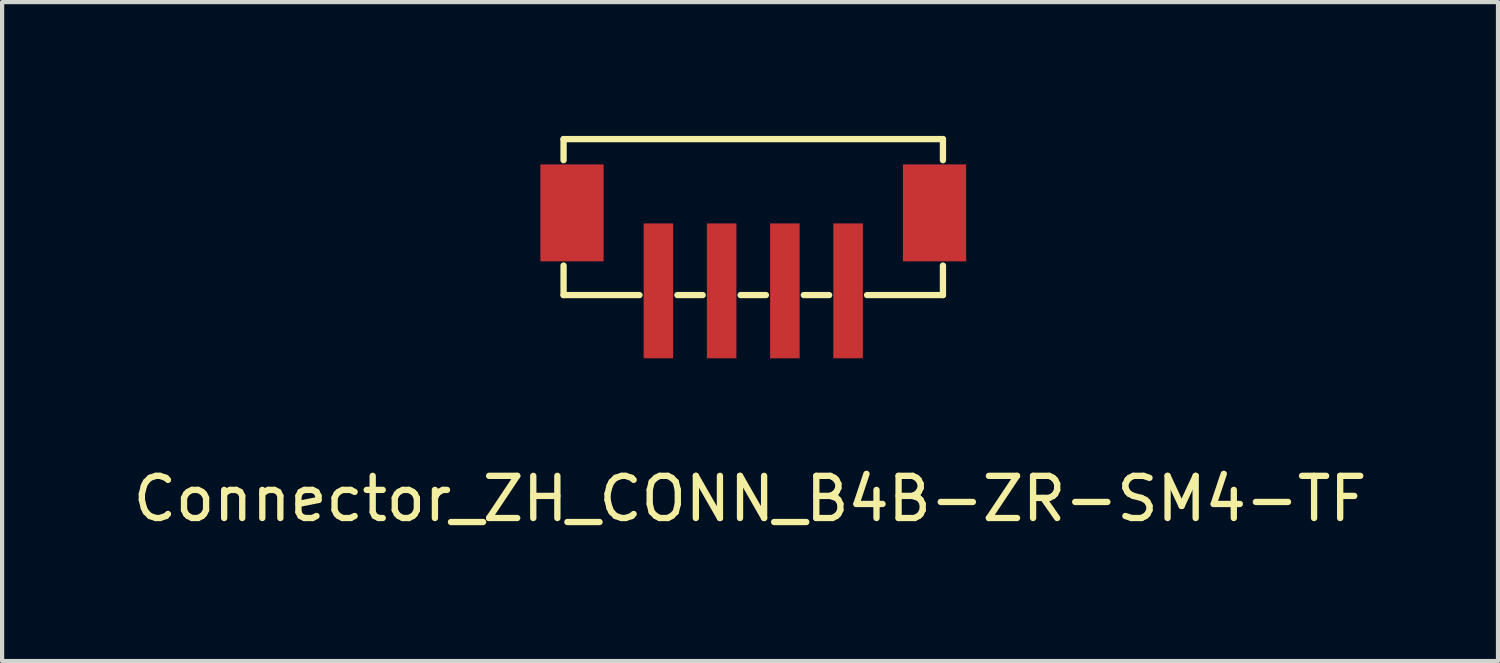
<source format=kicad_pcb>
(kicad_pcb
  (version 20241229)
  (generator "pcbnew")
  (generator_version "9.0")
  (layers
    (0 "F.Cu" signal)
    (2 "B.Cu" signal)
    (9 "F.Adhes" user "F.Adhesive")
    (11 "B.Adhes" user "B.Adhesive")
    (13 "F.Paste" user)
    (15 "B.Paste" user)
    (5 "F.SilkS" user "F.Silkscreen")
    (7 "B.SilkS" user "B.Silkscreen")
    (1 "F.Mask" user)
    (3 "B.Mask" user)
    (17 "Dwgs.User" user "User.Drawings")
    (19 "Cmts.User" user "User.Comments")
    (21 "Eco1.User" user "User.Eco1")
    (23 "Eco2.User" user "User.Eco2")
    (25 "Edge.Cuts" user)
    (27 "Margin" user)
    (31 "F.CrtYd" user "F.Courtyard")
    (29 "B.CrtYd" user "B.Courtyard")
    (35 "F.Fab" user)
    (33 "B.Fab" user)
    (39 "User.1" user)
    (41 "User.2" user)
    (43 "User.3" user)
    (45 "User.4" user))
  (footprint "Connector_ZH_CONN_B4B-ZR-SM4-TF"
    (layer "F.Cu")
    (at 14.82 0.25)
    (property "Reference" "Connector_ZH_CONN_B4B-ZR-SM4-TF" (at -0.076 8.534 0) (layer "F.SilkS") (effects (font (size 1 1) (thickness 0.15))))
    (attr through_hole)
    (fp_line (start -4.5 0) (end -4.5 0.5) (stroke (width 0.15) (type solid)) (layer "F.SilkS"))
    (fp_line (start -4.5 0) (end 4.5 0) (stroke (width 0.15) (type solid)) (layer "F.SilkS"))
    (fp_line (start -4.5 3) (end -4.5 3.7) (stroke (width 0.15) (type solid)) (layer "F.SilkS"))
    (fp_line (start -4.5 3.7) (end -2.7 3.7) (stroke (width 0.15) (type solid)) (layer "F.SilkS"))
    (fp_line (start -1.8 3.7) (end -1.2 3.7) (stroke (width 0.15) (type solid)) (layer "F.SilkS"))
    (fp_line (start -0.3 3.7) (end 0.3 3.7) (stroke (width 0.15) (type solid)) (layer "F.SilkS"))
    (fp_line (start 1.2 3.7) (end 1.8 3.7) (stroke (width 0.15) (type solid)) (layer "F.SilkS"))
    (fp_line (start 4.5 0) (end 4.5 0.5) (stroke (width 0.15) (type solid)) (layer "F.SilkS"))
    (fp_line (start 4.5 3) (end 4.5 3.7) (stroke (width 0.15) (type solid)) (layer "F.SilkS"))
    (fp_line (start 4.5 3.7) (end 2.7 3.7) (stroke (width 0.15) (type solid)) (layer "F.SilkS"))
    (pad "1" smd rect (at -2.25 3.6) (size 0.7 3.2) (layers "F.Cu" "F.Mask" "F.Paste"))
    (pad "2" smd rect (at -0.75 3.6) (size 0.7 3.2) (layers "F.Cu" "F.Mask" "F.Paste"))
    (pad "3" smd rect (at 0.75 3.6) (size 0.7 3.2) (layers "F.Cu" "F.Mask" "F.Paste"))
    (pad "4" smd rect (at 2.25 3.6) (size 0.7 3.2) (layers "F.Cu" "F.Mask" "F.Paste"))
    (pad "5" smd rect (at -4.3 1.75) (size 1.5 2.3) (layers "F.Cu" "F.Mask" "F.Paste"))
    (pad "5" smd rect (at 4.3 1.75) (size 1.5 2.3) (layers "F.Cu" "F.Mask" "F.Paste")))
  (gr_rect
    (start -3 -3)
    (end 32.488 12.633)
    (stroke (width 0.1) (type default))
    (fill no)
    (layer "Edge.Cuts")))
</source>
